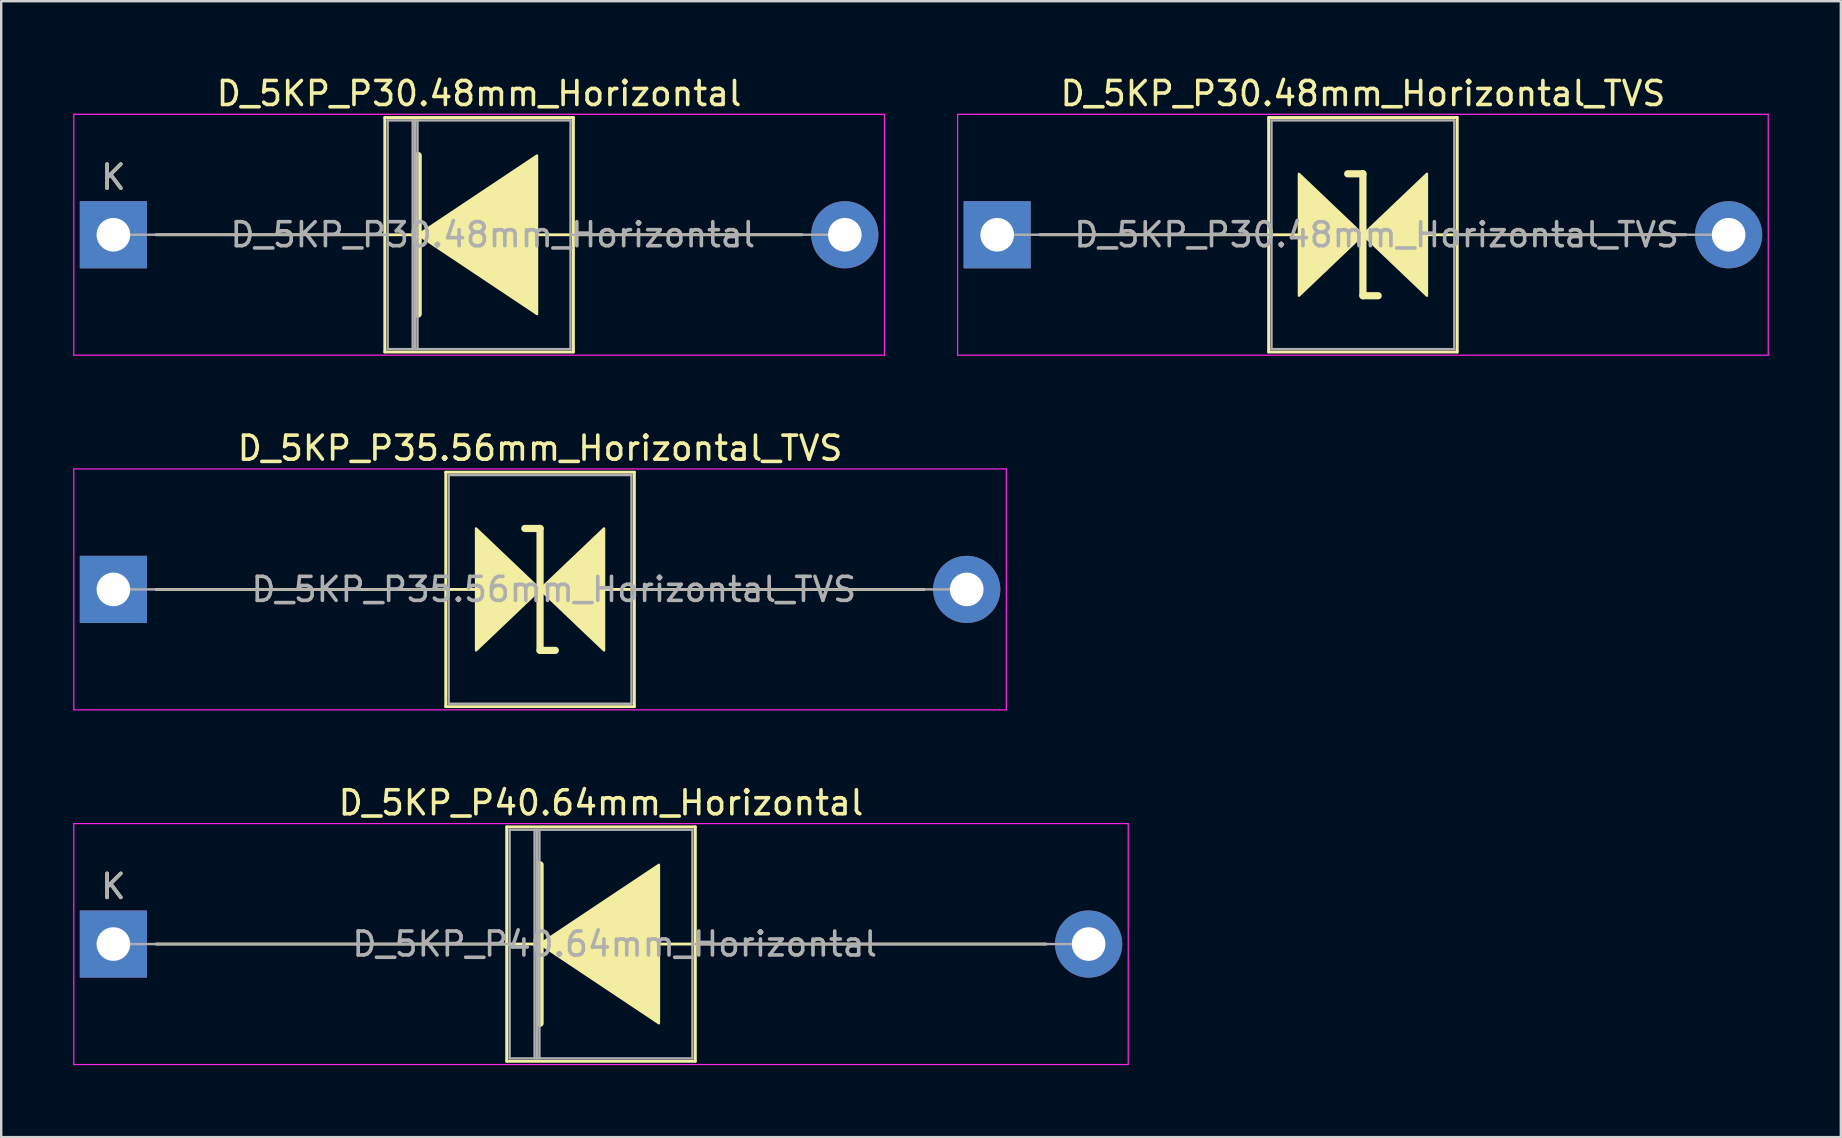
<source format=kicad_pcb>
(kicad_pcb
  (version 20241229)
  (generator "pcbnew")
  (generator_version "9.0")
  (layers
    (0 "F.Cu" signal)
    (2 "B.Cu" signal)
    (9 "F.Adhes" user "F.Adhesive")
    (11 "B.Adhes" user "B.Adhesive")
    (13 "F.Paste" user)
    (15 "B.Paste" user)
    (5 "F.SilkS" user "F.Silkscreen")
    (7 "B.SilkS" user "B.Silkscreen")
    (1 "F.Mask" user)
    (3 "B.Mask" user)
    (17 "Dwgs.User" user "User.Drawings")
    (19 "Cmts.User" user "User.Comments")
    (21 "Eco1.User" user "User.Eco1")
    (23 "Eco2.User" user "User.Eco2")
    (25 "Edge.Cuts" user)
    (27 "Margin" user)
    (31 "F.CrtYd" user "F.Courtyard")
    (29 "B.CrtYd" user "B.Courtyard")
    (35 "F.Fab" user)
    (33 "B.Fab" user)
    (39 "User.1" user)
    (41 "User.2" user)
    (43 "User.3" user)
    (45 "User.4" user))
  (footprint "D_5KP_P30.48mm_Horizontal_TVS"
    (layer "F.Cu")
    (at 38.505 6.733)
    (property "Reference" "D_5KP_P30.48mm_Horizontal_TVS" (at 15.24 -5.885 0) (layer "F.SilkS") (effects (font (size 1 1) (thickness 0.15))))
    (attr through_hole)
    (fp_line (start 1.778 0) (end 12.573 0) (stroke (width 0.12) (type solid)) (layer "F.SilkS"))
    (fp_line (start 11.31 -4.885) (end 11.31 4.885) (stroke (width 0.12) (type solid)) (layer "F.SilkS"))
    (fp_line (start 11.31 4.885) (end 19.17 4.885) (stroke (width 0.12) (type solid)) (layer "F.SilkS"))
    (fp_line (start 15.24 -2.54) (end 14.605 -2.54) (stroke (width 0.3) (type solid)) (layer "F.SilkS"))
    (fp_line (start 15.24 2.54) (end 15.24 -2.54) (stroke (width 0.3) (type solid)) (layer "F.SilkS"))
    (fp_line (start 15.875 2.54) (end 15.24 2.54) (stroke (width 0.3) (type solid)) (layer "F.SilkS"))
    (fp_line (start 19.17 -4.885) (end 11.31 -4.885) (stroke (width 0.12) (type solid)) (layer "F.SilkS"))
    (fp_line (start 19.17 4.885) (end 19.17 -4.885) (stroke (width 0.12) (type solid)) (layer "F.SilkS"))
    (fp_line (start 28.702 0) (end 17.907 0) (stroke (width 0.12) (type solid)) (layer "F.SilkS"))
    (fp_poly (pts (xy 15.24 0) (xy 12.573 2.54) (xy 12.573 -2.54)) (stroke (width 0.1) (type solid)) (fill yes) (layer "F.SilkS"))
    (fp_poly (pts (xy 15.24 0) (xy 17.907 -2.54) (xy 17.907 2.54)) (stroke (width 0.1) (type solid)) (fill yes) (layer "F.SilkS"))
    (fp_line (start -1.65 -5.02) (end -1.65 5.02) (stroke (width 0.05) (type solid)) (layer "F.CrtYd"))
    (fp_line (start -1.65 5.02) (end 32.13 5.02) (stroke (width 0.05) (type solid)) (layer "F.CrtYd"))
    (fp_line (start 32.13 -5.02) (end -1.65 -5.02) (stroke (width 0.05) (type solid)) (layer "F.CrtYd"))
    (fp_line (start 32.13 5.02) (end 32.13 -5.02) (stroke (width 0.05) (type solid)) (layer "F.CrtYd"))
    (fp_line (start 0 0) (end 11.43 0) (stroke (width 0.1) (type solid)) (layer "F.Fab"))
    (fp_line (start 11.43 -4.765) (end 11.43 4.765) (stroke (width 0.1) (type solid)) (layer "F.Fab"))
    (fp_line (start 11.43 4.765) (end 19.05 4.765) (stroke (width 0.1) (type solid)) (layer "F.Fab"))
    (fp_line (start 19.05 -4.765) (end 11.43 -4.765) (stroke (width 0.1) (type solid)) (layer "F.Fab"))
    (fp_line (start 19.05 4.765) (end 19.05 -4.765) (stroke (width 0.1) (type solid)) (layer "F.Fab"))
    (fp_line (start 30.48 0) (end 19.05 0) (stroke (width 0.1) (type solid)) (layer "F.Fab"))
    (fp_text user "${REFERENCE}" (at 15.812 0 0) (layer "F.Fab") (effects (font (size 1 1) (thickness 0.15))))
    (pad "1" thru_hole rect (at 0 0) (size 2.8 2.8) (drill 1.4) (layers "*.Cu" "*.Mask"))
    (pad "2" thru_hole oval (at 30.48 0) (size 2.8 2.8) (drill 1.4) (layers "*.Cu" "*.Mask")))
  (footprint "D_5KP_P40.64mm_Horizontal"
    (layer "F.Cu")
    (at 1.675 36.29)
    (property "Reference" "D_5KP_P40.64mm_Horizontal" (at 20.32 -5.885 0) (layer "F.SilkS") (effects (font (size 1 1) (thickness 0.15))))
    (attr through_hole)
    (fp_line (start 1.778 0) (end 17.653 0) (stroke (width 0.12) (type solid)) (layer "F.SilkS"))
    (fp_line (start 16.39 -4.885) (end 16.39 4.885) (stroke (width 0.12) (type solid)) (layer "F.SilkS"))
    (fp_line (start 16.39 4.885) (end 24.25 4.885) (stroke (width 0.12) (type solid)) (layer "F.SilkS"))
    (fp_line (start 17.78 -3.302) (end 17.78 3.302) (stroke (width 0.3) (type solid)) (layer "F.SilkS"))
    (fp_line (start 24.25 -4.885) (end 16.39 -4.885) (stroke (width 0.12) (type solid)) (layer "F.SilkS"))
    (fp_line (start 24.25 4.885) (end 24.25 -4.885) (stroke (width 0.12) (type solid)) (layer "F.SilkS"))
    (fp_line (start 38.862 0) (end 22.77 0) (stroke (width 0.12) (type solid)) (layer "F.SilkS"))
    (fp_poly (pts (xy 22.733 3.302) (xy 17.78 0) (xy 22.733 -3.302)) (stroke (width 0.1) (type solid)) (fill yes) (layer "F.SilkS"))
    (fp_line (start -1.65 -5.02) (end -1.65 5.02) (stroke (width 0.05) (type solid)) (layer "F.CrtYd"))
    (fp_line (start -1.65 5.02) (end 42.29 5.02) (stroke (width 0.05) (type solid)) (layer "F.CrtYd"))
    (fp_line (start 42.29 -5.02) (end -1.65 -5.02) (stroke (width 0.05) (type solid)) (layer "F.CrtYd"))
    (fp_line (start 42.29 5.02) (end 42.29 -5.02) (stroke (width 0.05) (type solid)) (layer "F.CrtYd"))
    (fp_line (start 0 0) (end 16.51 0) (stroke (width 0.1) (type solid)) (layer "F.Fab"))
    (fp_line (start 16.51 -4.765) (end 16.51 4.765) (stroke (width 0.1) (type solid)) (layer "F.Fab"))
    (fp_line (start 16.51 4.765) (end 24.13 4.765) (stroke (width 0.1) (type solid)) (layer "F.Fab"))
    (fp_line (start 17.553 -4.765) (end 17.553 4.765) (stroke (width 0.1) (type solid)) (layer "F.Fab"))
    (fp_line (start 17.653 -4.765) (end 17.653 4.765) (stroke (width 0.1) (type solid)) (layer "F.Fab"))
    (fp_line (start 17.753 -4.765) (end 17.753 4.765) (stroke (width 0.1) (type solid)) (layer "F.Fab"))
    (fp_line (start 24.13 -4.765) (end 16.51 -4.765) (stroke (width 0.1) (type solid)) (layer "F.Fab"))
    (fp_line (start 24.13 4.765) (end 24.13 -4.765) (stroke (width 0.1) (type solid)) (layer "F.Fab"))
    (fp_line (start 40.64 0) (end 24.13 0) (stroke (width 0.1) (type solid)) (layer "F.Fab"))
    (fp_text user "K" (at 0 -2.4 0) (layer "F.SilkS") (effects (font (size 1 1) (thickness 0.15))))
    (fp_text user "${REFERENCE}" (at 20.892 0 0) (layer "F.Fab") (effects (font (size 1 1) (thickness 0.15))))
    (fp_text user "K" (at 0 -2.4 0) (layer "F.Fab") (effects (font (size 1 1) (thickness 0.15))))
    (pad "1" thru_hole rect (at 0 0) (size 2.8 2.8) (drill 1.4) (layers "*.Cu" "*.Mask"))
    (pad "2" thru_hole oval (at 40.64 0) (size 2.8 2.8) (drill 1.4) (layers "*.Cu" "*.Mask")))
  (footprint "D_5KP_P35.56mm_Horizontal_TVS"
    (layer "F.Cu")
    (at 1.675 21.512)
    (property "Reference" "D_5KP_P35.56mm_Horizontal_TVS" (at 17.78 -5.885 0) (layer "F.SilkS") (effects (font (size 1 1) (thickness 0.15))))
    (attr through_hole)
    (fp_line (start 1.778 0) (end 15.113 0) (stroke (width 0.12) (type solid)) (layer "F.SilkS"))
    (fp_line (start 13.85 -4.885) (end 13.85 4.885) (stroke (width 0.12) (type solid)) (layer "F.SilkS"))
    (fp_line (start 13.85 4.885) (end 21.71 4.885) (stroke (width 0.12) (type solid)) (layer "F.SilkS"))
    (fp_line (start 17.78 -2.54) (end 17.145 -2.54) (stroke (width 0.3) (type solid)) (layer "F.SilkS"))
    (fp_line (start 17.78 2.54) (end 17.78 -2.54) (stroke (width 0.3) (type solid)) (layer "F.SilkS"))
    (fp_line (start 18.415 2.54) (end 17.78 2.54) (stroke (width 0.3) (type solid)) (layer "F.SilkS"))
    (fp_line (start 21.71 -4.885) (end 13.85 -4.885) (stroke (width 0.12) (type solid)) (layer "F.SilkS"))
    (fp_line (start 21.71 4.885) (end 21.71 -4.885) (stroke (width 0.12) (type solid)) (layer "F.SilkS"))
    (fp_line (start 33.782 0) (end 20.447 0) (stroke (width 0.12) (type solid)) (layer "F.SilkS"))
    (fp_poly (pts (xy 17.78 0) (xy 15.113 2.54) (xy 15.113 -2.54)) (stroke (width 0.1) (type solid)) (fill yes) (layer "F.SilkS"))
    (fp_poly (pts (xy 17.78 0) (xy 20.447 -2.54) (xy 20.447 2.54)) (stroke (width 0.1) (type solid)) (fill yes) (layer "F.SilkS"))
    (fp_line (start -1.65 -5.02) (end -1.65 5.02) (stroke (width 0.05) (type solid)) (layer "F.CrtYd"))
    (fp_line (start -1.65 5.02) (end 37.21 5.02) (stroke (width 0.05) (type solid)) (layer "F.CrtYd"))
    (fp_line (start 37.21 -5.02) (end -1.65 -5.02) (stroke (width 0.05) (type solid)) (layer "F.CrtYd"))
    (fp_line (start 37.21 5.02) (end 37.21 -5.02) (stroke (width 0.05) (type solid)) (layer "F.CrtYd"))
    (fp_line (start 0 0) (end 13.97 0) (stroke (width 0.1) (type solid)) (layer "F.Fab"))
    (fp_line (start 13.97 -4.765) (end 13.97 4.765) (stroke (width 0.1) (type solid)) (layer "F.Fab"))
    (fp_line (start 13.97 4.765) (end 21.59 4.765) (stroke (width 0.1) (type solid)) (layer "F.Fab"))
    (fp_line (start 21.59 -4.765) (end 13.97 -4.765) (stroke (width 0.1) (type solid)) (layer "F.Fab"))
    (fp_line (start 21.59 4.765) (end 21.59 -4.765) (stroke (width 0.1) (type solid)) (layer "F.Fab"))
    (fp_line (start 35.56 0) (end 21.59 0) (stroke (width 0.1) (type solid)) (layer "F.Fab"))
    (fp_text user "${REFERENCE}" (at 18.352 0 0) (layer "F.Fab") (effects (font (size 1 1) (thickness 0.15))))
    (pad "1" thru_hole rect (at 0 0) (size 2.8 2.8) (drill 1.4) (layers "*.Cu" "*.Mask"))
    (pad "2" thru_hole oval (at 35.56 0) (size 2.8 2.8) (drill 1.4) (layers "*.Cu" "*.Mask")))
  (footprint "D_5KP_P30.48mm_Horizontal"
    (layer "F.Cu")
    (at 1.675 6.733)
    (property "Reference" "D_5KP_P30.48mm_Horizontal" (at 15.24 -5.885 0) (layer "F.SilkS") (effects (font (size 1 1) (thickness 0.15))))
    (attr through_hole)
    (fp_line (start 1.778 0) (end 12.573 0) (stroke (width 0.12) (type solid)) (layer "F.SilkS"))
    (fp_line (start 11.31 -4.885) (end 11.31 4.885) (stroke (width 0.12) (type solid)) (layer "F.SilkS"))
    (fp_line (start 11.31 4.885) (end 19.17 4.885) (stroke (width 0.12) (type solid)) (layer "F.SilkS"))
    (fp_line (start 12.7 -3.302) (end 12.7 3.302) (stroke (width 0.3) (type solid)) (layer "F.SilkS"))
    (fp_line (start 19.17 -4.885) (end 11.31 -4.885) (stroke (width 0.12) (type solid)) (layer "F.SilkS"))
    (fp_line (start 19.17 4.885) (end 19.17 -4.885) (stroke (width 0.12) (type solid)) (layer "F.SilkS"))
    (fp_line (start 28.702 0) (end 17.69 0) (stroke (width 0.12) (type solid)) (layer "F.SilkS"))
    (fp_poly (pts (xy 17.653 3.302) (xy 12.7 0) (xy 17.653 -3.302)) (stroke (width 0.1) (type solid)) (fill yes) (layer "F.SilkS"))
    (fp_line (start -1.65 -5.02) (end -1.65 5.02) (stroke (width 0.05) (type solid)) (layer "F.CrtYd"))
    (fp_line (start -1.65 5.02) (end 32.13 5.02) (stroke (width 0.05) (type solid)) (layer "F.CrtYd"))
    (fp_line (start 32.13 -5.02) (end -1.65 -5.02) (stroke (width 0.05) (type solid)) (layer "F.CrtYd"))
    (fp_line (start 32.13 5.02) (end 32.13 -5.02) (stroke (width 0.05) (type solid)) (layer "F.CrtYd"))
    (fp_line (start 0 0) (end 11.43 0) (stroke (width 0.1) (type solid)) (layer "F.Fab"))
    (fp_line (start 11.43 -4.765) (end 11.43 4.765) (stroke (width 0.1) (type solid)) (layer "F.Fab"))
    (fp_line (start 11.43 4.765) (end 19.05 4.765) (stroke (width 0.1) (type solid)) (layer "F.Fab"))
    (fp_line (start 12.473 -4.765) (end 12.473 4.765) (stroke (width 0.1) (type solid)) (layer "F.Fab"))
    (fp_line (start 12.573 -4.765) (end 12.573 4.765) (stroke (width 0.1) (type solid)) (layer "F.Fab"))
    (fp_line (start 12.673 -4.765) (end 12.673 4.765) (stroke (width 0.1) (type solid)) (layer "F.Fab"))
    (fp_line (start 19.05 -4.765) (end 11.43 -4.765) (stroke (width 0.1) (type solid)) (layer "F.Fab"))
    (fp_line (start 19.05 4.765) (end 19.05 -4.765) (stroke (width 0.1) (type solid)) (layer "F.Fab"))
    (fp_line (start 30.48 0) (end 19.05 0) (stroke (width 0.1) (type solid)) (layer "F.Fab"))
    (fp_text user "K" (at 0 -2.4 0) (layer "F.SilkS") (effects (font (size 1 1) (thickness 0.15))))
    (fp_text user "K" (at 0 -2.4 0) (layer "F.Fab") (effects (font (size 1 1) (thickness 0.15))))
    (fp_text user "${REFERENCE}" (at 15.812 0 0) (layer "F.Fab") (effects (font (size 1 1) (thickness 0.15))))
    (pad "1" thru_hole rect (at 0 0) (size 2.8 2.8) (drill 1.4) (layers "*.Cu" "*.Mask"))
    (pad "2" thru_hole oval (at 30.48 0) (size 2.8 2.8) (drill 1.4) (layers "*.Cu" "*.Mask")))
  (gr_rect
    (start -3 -3)
    (end 73.66 44.335)
    (stroke (width 0.1) (type default))
    (fill no)
    (layer "Edge.Cuts")))
</source>
